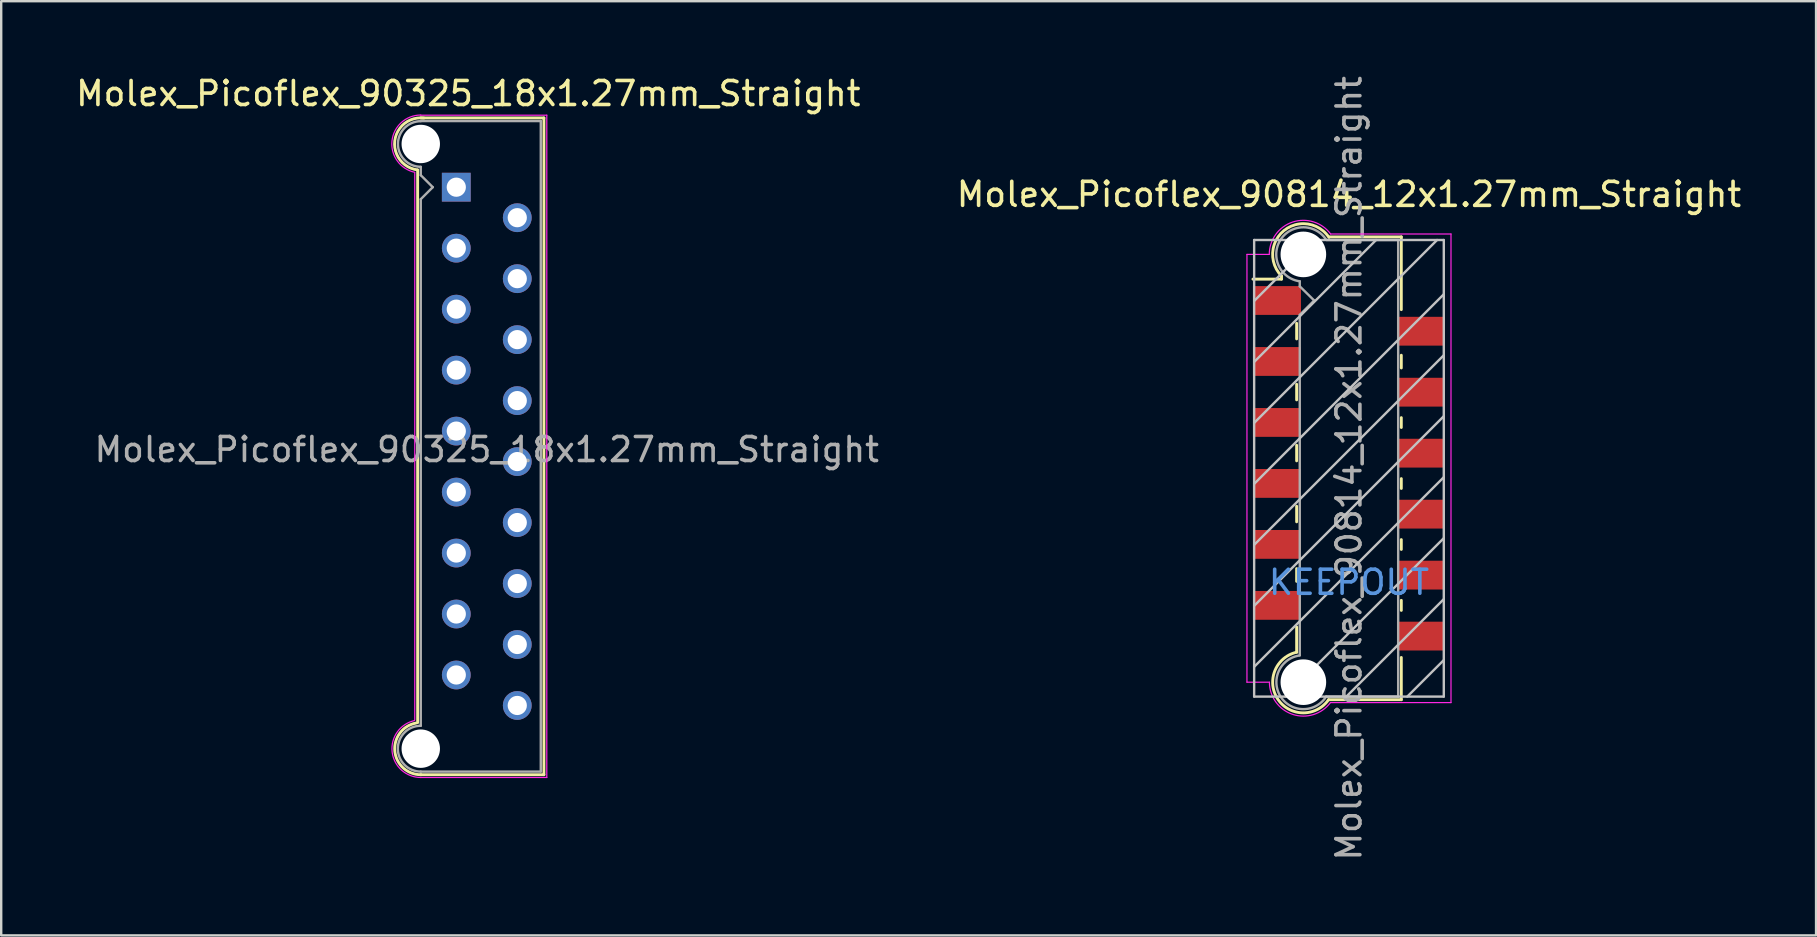
<source format=kicad_pcb>
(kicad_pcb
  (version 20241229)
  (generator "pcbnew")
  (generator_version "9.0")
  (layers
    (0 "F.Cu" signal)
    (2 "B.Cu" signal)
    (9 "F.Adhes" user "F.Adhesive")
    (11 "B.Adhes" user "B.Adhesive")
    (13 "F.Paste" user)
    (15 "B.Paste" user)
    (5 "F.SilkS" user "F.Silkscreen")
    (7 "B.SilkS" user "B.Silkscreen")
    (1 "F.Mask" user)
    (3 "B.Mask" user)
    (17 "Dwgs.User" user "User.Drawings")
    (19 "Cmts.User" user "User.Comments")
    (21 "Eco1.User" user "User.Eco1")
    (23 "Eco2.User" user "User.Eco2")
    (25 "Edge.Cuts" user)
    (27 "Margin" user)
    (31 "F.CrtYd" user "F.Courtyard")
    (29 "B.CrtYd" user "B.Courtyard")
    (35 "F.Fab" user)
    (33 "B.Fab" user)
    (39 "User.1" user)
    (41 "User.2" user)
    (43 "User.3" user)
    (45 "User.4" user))
  (footprint "Molex_Picoflex_90325_18x1.27mm_Straight"
    (layer "F.Cu")
    (at 15.958 4.748)
    (property "Reference" "Molex_Picoflex_90325_18x1.27mm_Straight" (at 0.5 -3.9 0) (layer "F.SilkS") (effects (font (size 1 1) (thickness 0.15))))
    (attr through_hole)
    (fp_line (start -1.61 -0.715) (end -1.61 22.305) (stroke (width 0.12) (type solid)) (layer "F.SilkS"))
    (fp_line (start -1.48 -2.885) (end 3.65 -2.885) (stroke (width 0.12) (type solid)) (layer "F.SilkS"))
    (fp_line (start 3.65 -2.885) (end 3.65 24.475) (stroke (width 0.12) (type solid)) (layer "F.SilkS"))
    (fp_line (start 3.65 24.475) (end -1.48 24.475) (stroke (width 0.12) (type solid)) (layer "F.SilkS"))
    (fp_arc (start -1.61 -0.72) (mid -2.56 -1.93) (end -1.35 -2.88) (stroke (width 0.12) (type solid)) (layer "F.SilkS"))
    (fp_arc (start -1.47 24.475) (mid -2.56 23.494526) (end -1.678256 22.32322) (stroke (width 0.12) (type solid)) (layer "F.SilkS"))
    (fp_line (start -1.73 -0.6) (end -1.73 22.19) (stroke (width 0.05) (type solid)) (layer "F.CrtYd"))
    (fp_line (start -1.48 -3) (end 3.77 -3) (stroke (width 0.05) (type solid)) (layer "F.CrtYd"))
    (fp_line (start 3.77 -3) (end 3.77 24.59) (stroke (width 0.05) (type solid)) (layer "F.CrtYd"))
    (fp_line (start 3.77 24.59) (end -1.48 24.59) (stroke (width 0.05) (type solid)) (layer "F.CrtYd"))
    (fp_arc (start -1.73 -0.62) (mid -2.679668 -1.925287) (end -1.480799 -3.006192) (stroke (width 0.05) (type solid)) (layer "F.CrtYd"))
    (fp_arc (start -1.47 24.59) (mid -2.672381 23.52538) (end -1.739276 22.218302) (stroke (width 0.05) (type solid)) (layer "F.CrtYd"))
    (fp_line (start -1.48 -2.755) (end 3.52 -2.755) (stroke (width 0.1) (type solid)) (layer "F.Fab"))
    (fp_line (start -1.48 -0.845) (end -1.48 -0.5) (stroke (width 0.1) (type solid)) (layer "F.Fab"))
    (fp_line (start -1.48 -0.5) (end -0.98 0) (stroke (width 0.1) (type solid)) (layer "F.Fab"))
    (fp_line (start -1.48 0.5) (end -1.48 22.435) (stroke (width 0.1) (type solid)) (layer "F.Fab"))
    (fp_line (start -0.98 0) (end -1.48 0.5) (stroke (width 0.1) (type solid)) (layer "F.Fab"))
    (fp_line (start 3.52 -2.755) (end 3.52 24.345) (stroke (width 0.1) (type solid)) (layer "F.Fab"))
    (fp_line (start 3.52 24.345) (end -1.48 24.345) (stroke (width 0.1) (type solid)) (layer "F.Fab"))
    (fp_arc (start -1.48 -0.85) (mid -2.43 -1.8) (end -1.48 -2.75) (stroke (width 0.1) (type solid)) (layer "F.Fab"))
    (fp_arc (start -1.48 24.345) (mid -2.435 23.39) (end -1.48 22.435) (stroke (width 0.1) (type solid)) (layer "F.Fab"))
    (fp_text user "${REFERENCE}" (at 1.27 10.93 0) (layer "F.Fab") (effects (font (size 1 1) (thickness 0.15))))
    (pad "" np_thru_hole circle (at -1.48 -1.8) (size 1.6 1.6) (drill 1.6) (layers "*.Cu"))
    (pad "" np_thru_hole circle (at -1.48 23.39) (size 1.6 1.6) (drill 1.6) (layers "*.Cu"))
    (pad "1" thru_hole rect (at 0 0) (size 1.2 1.2) (drill 0.8) (layers "*.Cu" "*.Mask"))
    (pad "2" thru_hole circle (at 2.54 1.27) (size 1.2 1.2) (drill 0.8) (layers "*.Cu" "*.Mask"))
    (pad "3" thru_hole circle (at 0 2.54) (size 1.2 1.2) (drill 0.8) (layers "*.Cu" "*.Mask"))
    (pad "4" thru_hole circle (at 2.54 3.81) (size 1.2 1.2) (drill 0.8) (layers "*.Cu" "*.Mask"))
    (pad "5" thru_hole circle (at 0 5.08) (size 1.2 1.2) (drill 0.8) (layers "*.Cu" "*.Mask"))
    (pad "6" thru_hole circle (at 2.54 6.35) (size 1.2 1.2) (drill 0.8) (layers "*.Cu" "*.Mask"))
    (pad "7" thru_hole circle (at 0 7.62) (size 1.2 1.2) (drill 0.8) (layers "*.Cu" "*.Mask"))
    (pad "8" thru_hole circle (at 2.54 8.89) (size 1.2 1.2) (drill 0.8) (layers "*.Cu" "*.Mask"))
    (pad "9" thru_hole circle (at 0 10.16) (size 1.2 1.2) (drill 0.8) (layers "*.Cu" "*.Mask"))
    (pad "10" thru_hole circle (at 2.54 11.43) (size 1.2 1.2) (drill 0.8) (layers "*.Cu" "*.Mask"))
    (pad "11" thru_hole circle (at 0 12.7) (size 1.2 1.2) (drill 0.8) (layers "*.Cu" "*.Mask"))
    (pad "12" thru_hole circle (at 2.54 13.97) (size 1.2 1.2) (drill 0.8) (layers "*.Cu" "*.Mask"))
    (pad "13" thru_hole circle (at 0 15.24) (size 1.2 1.2) (drill 0.8) (layers "*.Cu" "*.Mask"))
    (pad "14" thru_hole circle (at 2.54 16.51) (size 1.2 1.2) (drill 0.8) (layers "*.Cu" "*.Mask"))
    (pad "15" thru_hole circle (at 0 17.78) (size 1.2 1.2) (drill 0.8) (layers "*.Cu" "*.Mask"))
    (pad "16" thru_hole circle (at 2.54 19.05) (size 1.2 1.2) (drill 0.8) (layers "*.Cu" "*.Mask"))
    (pad "17" thru_hole circle (at 0 20.32) (size 1.2 1.2) (drill 0.8) (layers "*.Cu" "*.Mask"))
    (pad "18" thru_hole circle (at 2.54 21.59) (size 1.2 1.2) (drill 0.8) (layers "*.Cu" "*.Mask")))
  (footprint "Molex_Picoflex_90814_12x1.27mm_Straight"
    (layer "F.Cu")
    (at 53.145 16.458)
    (property "Reference" "Molex_Picoflex_90814_12x1.27mm_Straight" (at 0 -11.41 0) (layer "F.SilkS") (effects (font (size 1 1) (thickness 0.15))))
    (attr smd)
    (fp_line (start -2.81 -8.01) (end -2.81 -7.88) (stroke (width 0.12) (type solid)) (layer "F.SilkS"))
    (fp_line (start -2.81 -7.88) (end -4 -7.88) (stroke (width 0.12) (type solid)) (layer "F.SilkS"))
    (fp_line (start -2.18 -5.39) (end -2.18 -6.04) (stroke (width 0.12) (type solid)) (layer "F.SilkS"))
    (fp_line (start -2.18 -2.85) (end -2.18 -3.5) (stroke (width 0.12) (type solid)) (layer "F.SilkS"))
    (fp_line (start -2.18 -0.31) (end -2.18 -0.96) (stroke (width 0.12) (type solid)) (layer "F.SilkS"))
    (fp_line (start -2.18 2.23) (end -2.18 1.58) (stroke (width 0.12) (type solid)) (layer "F.SilkS"))
    (fp_line (start -2.18 4.71) (end -2.18 4.18) (stroke (width 0.12) (type solid)) (layer "F.SilkS"))
    (fp_line (start -2.18 7.66) (end -2.18 6.61) (stroke (width 0.12) (type solid)) (layer "F.SilkS"))
    (fp_line (start 2.18 -9.64) (end -0.82 -9.64) (stroke (width 0.12) (type solid)) (layer "F.SilkS"))
    (fp_line (start 2.18 -9.64) (end 2.18 -6.61) (stroke (width 0.12) (type solid)) (layer "F.SilkS"))
    (fp_line (start 2.18 -4.71) (end 2.18 -4.18) (stroke (width 0.12) (type solid)) (layer "F.SilkS"))
    (fp_line (start 2.18 -2.11) (end 2.18 -1.7) (stroke (width 0.12) (type solid)) (layer "F.SilkS"))
    (fp_line (start 2.18 0.43) (end 2.18 0.84) (stroke (width 0.12) (type solid)) (layer "F.SilkS"))
    (fp_line (start 2.18 2.97) (end 2.18 3.38) (stroke (width 0.12) (type solid)) (layer "F.SilkS"))
    (fp_line (start 2.18 5.5) (end 2.18 5.92) (stroke (width 0.12) (type solid)) (layer "F.SilkS"))
    (fp_line (start 2.18 7.88) (end 2.18 9.64) (stroke (width 0.12) (type solid)) (layer "F.SilkS"))
    (fp_line (start 2.18 9.64) (end -0.85 9.64) (stroke (width 0.12) (type solid)) (layer "F.SilkS"))
    (fp_arc (start -2.81 -8.01) (mid -2.708637 -9.902072) (end -0.834991 -9.619828) (stroke (width 0.12) (type solid)) (layer "F.SilkS"))
    (fp_arc (start -0.85 9.64) (mid -2.962791 9.621248) (end -2.174424 7.660964) (stroke (width 0.12) (type solid)) (layer "F.SilkS"))
    (fp_line (start -3.95 -9.51) (end -3.95 9.51) (stroke (width 0.1) (type solid)) (layer "Dwgs.User"))
    (fp_line (start -3.95 -6.97) (end -1.41 -9.51) (stroke (width 0.1) (type solid)) (layer "Dwgs.User"))
    (fp_line (start -3.95 -4.43) (end 1.13 -9.51) (stroke (width 0.1) (type solid)) (layer "Dwgs.User"))
    (fp_line (start -3.95 -1.89) (end 3.67 -9.51) (stroke (width 0.1) (type solid)) (layer "Dwgs.User"))
    (fp_line (start -3.95 0.65) (end 3.95 -7.25) (stroke (width 0.1) (type solid)) (layer "Dwgs.User"))
    (fp_line (start -3.95 3.19) (end 3.95 -4.71) (stroke (width 0.1) (type solid)) (layer "Dwgs.User"))
    (fp_line (start -3.95 5.73) (end 3.95 -2.17) (stroke (width 0.1) (type solid)) (layer "Dwgs.User"))
    (fp_line (start -3.95 8.27) (end 3.95 0.37) (stroke (width 0.1) (type solid)) (layer "Dwgs.User"))
    (fp_line (start -3.95 9.51) (end 3.95 9.51) (stroke (width 0.1) (type solid)) (layer "Dwgs.User"))
    (fp_line (start -2.65 9.51) (end 3.95 2.91) (stroke (width 0.1) (type solid)) (layer "Dwgs.User"))
    (fp_line (start -0.11 9.51) (end 3.95 5.45) (stroke (width 0.1) (type solid)) (layer "Dwgs.User"))
    (fp_line (start 2.43 9.51) (end 3.95 7.99) (stroke (width 0.1) (type solid)) (layer "Dwgs.User"))
    (fp_line (start 3.95 -9.51) (end -3.95 -9.51) (stroke (width 0.1) (type solid)) (layer "Dwgs.User"))
    (fp_line (start 3.95 9.51) (end 3.95 -9.51) (stroke (width 0.1) (type solid)) (layer "Dwgs.User"))
    (fp_line (start -4.25 8.91) (end -4.25 -8.91) (stroke (width 0.05) (type solid)) (layer "F.CrtYd"))
    (fp_line (start -3.32 -8.91) (end -4.25 -8.91) (stroke (width 0.05) (type solid)) (layer "F.CrtYd"))
    (fp_line (start -3.32 8.91) (end -4.25 8.91) (stroke (width 0.05) (type solid)) (layer "F.CrtYd"))
    (fp_line (start 4.25 -9.76) (end -0.76 -9.76) (stroke (width 0.05) (type solid)) (layer "F.CrtYd"))
    (fp_line (start 4.25 -9.76) (end 4.25 9.76) (stroke (width 0.05) (type solid)) (layer "F.CrtYd"))
    (fp_line (start 4.25 9.76) (end -0.77 9.76) (stroke (width 0.05) (type solid)) (layer "F.CrtYd"))
    (fp_arc (start -3.32 -8.91) (mid -2.344692 -10.258573) (end -0.758523 -9.754648) (stroke (width 0.05) (type solid)) (layer "F.CrtYd"))
    (fp_arc (start -0.77 9.76) (mid -2.348691 10.250924) (end -3.314001 8.908743) (stroke (width 0.05) (type solid)) (layer "F.CrtYd"))
    (fp_line (start -2.05 -7.58) (end -2.05 -7.79) (stroke (width 0.1) (type solid)) (layer "F.Fab"))
    (fp_line (start -2.05 -6.39) (end -1.45 -6.99) (stroke (width 0.1) (type solid)) (layer "F.Fab"))
    (fp_line (start -2.05 7.79) (end -2.05 -6.39) (stroke (width 0.1) (type solid)) (layer "F.Fab"))
    (fp_line (start -1.45 -6.99) (end -2.05 -7.58) (stroke (width 0.1) (type solid)) (layer "F.Fab"))
    (fp_line (start 2.05 -9.51) (end -0.93 -9.51) (stroke (width 0.1) (type solid)) (layer "F.Fab"))
    (fp_line (start 2.05 -9.51) (end 2.05 9.51) (stroke (width 0.1) (type solid)) (layer "F.Fab"))
    (fp_line (start 2.05 9.51) (end -0.95 9.51) (stroke (width 0.1) (type solid)) (layer "F.Fab"))
    (fp_arc (start -2.05 -7.79) (mid -2.851672 -9.519279) (end -0.945612 -9.515015) (stroke (width 0.1) (type solid)) (layer "F.Fab"))
    (fp_arc (start -0.95 9.51) (mid -2.845272 9.517422) (end -2.051022 7.796585) (stroke (width 0.1) (type solid)) (layer "F.Fab"))
    (fp_text user "KEEPOUT" (at 0 4.75 0) (layer "Cmts.User") (effects (font (size 1 1) (thickness 0.15))))
    (fp_text user "${REFERENCE}" (at 0 0 90) (layer "F.Fab") (effects (font (size 1 1) (thickness 0.15))))
    (pad "" np_thru_hole circle (at -1.9 -8.91) (size 1.9 1.9) (drill 1.9) (layers "*.Cu"))
    (pad "" np_thru_hole circle (at -1.9 8.91) (size 1.9 1.9) (drill 1.9) (layers "*.Cu"))
    (pad "1" smd rect (at -3 -6.99) (size 2 1.2) (layers "F.Cu" "F.Mask" "F.Paste"))
    (pad "2" smd rect (at 3 -5.71) (size 2 1.2) (layers "F.Cu" "F.Mask" "F.Paste"))
    (pad "3" smd rect (at -3 -4.45) (size 2 1.2) (layers "F.Cu" "F.Mask" "F.Paste"))
    (pad "4" smd rect (at 3 -3.17) (size 2 1.2) (layers "F.Cu" "F.Mask" "F.Paste"))
    (pad "5" smd rect (at -3 -1.91) (size 2 1.2) (layers "F.Cu" "F.Mask" "F.Paste"))
    (pad "6" smd rect (at 3 -0.63) (size 2 1.2) (layers "F.Cu" "F.Mask" "F.Paste"))
    (pad "7" smd rect (at -3 0.63) (size 2 1.2) (layers "F.Cu" "F.Mask" "F.Paste"))
    (pad "8" smd rect (at 3 1.91) (size 2 1.2) (layers "F.Cu" "F.Mask" "F.Paste"))
    (pad "9" smd rect (at -3 3.17) (size 2 1.2) (layers "F.Cu" "F.Mask" "F.Paste"))
    (pad "10" smd rect (at 3 4.45) (size 2 1.2) (layers "F.Cu" "F.Mask" "F.Paste"))
    (pad "11" smd rect (at -3 5.71) (size 2 1.2) (layers "F.Cu" "F.Mask" "F.Paste"))
    (pad "12" smd rect (at 3 6.99) (size 2 1.2) (layers "F.Cu" "F.Mask" "F.Paste")))
  (gr_rect
    (start -3 -3)
    (end 72.603 35.917)
    (stroke (width 0.1) (type default))
    (fill no)
    (layer "Edge.Cuts")))
</source>
